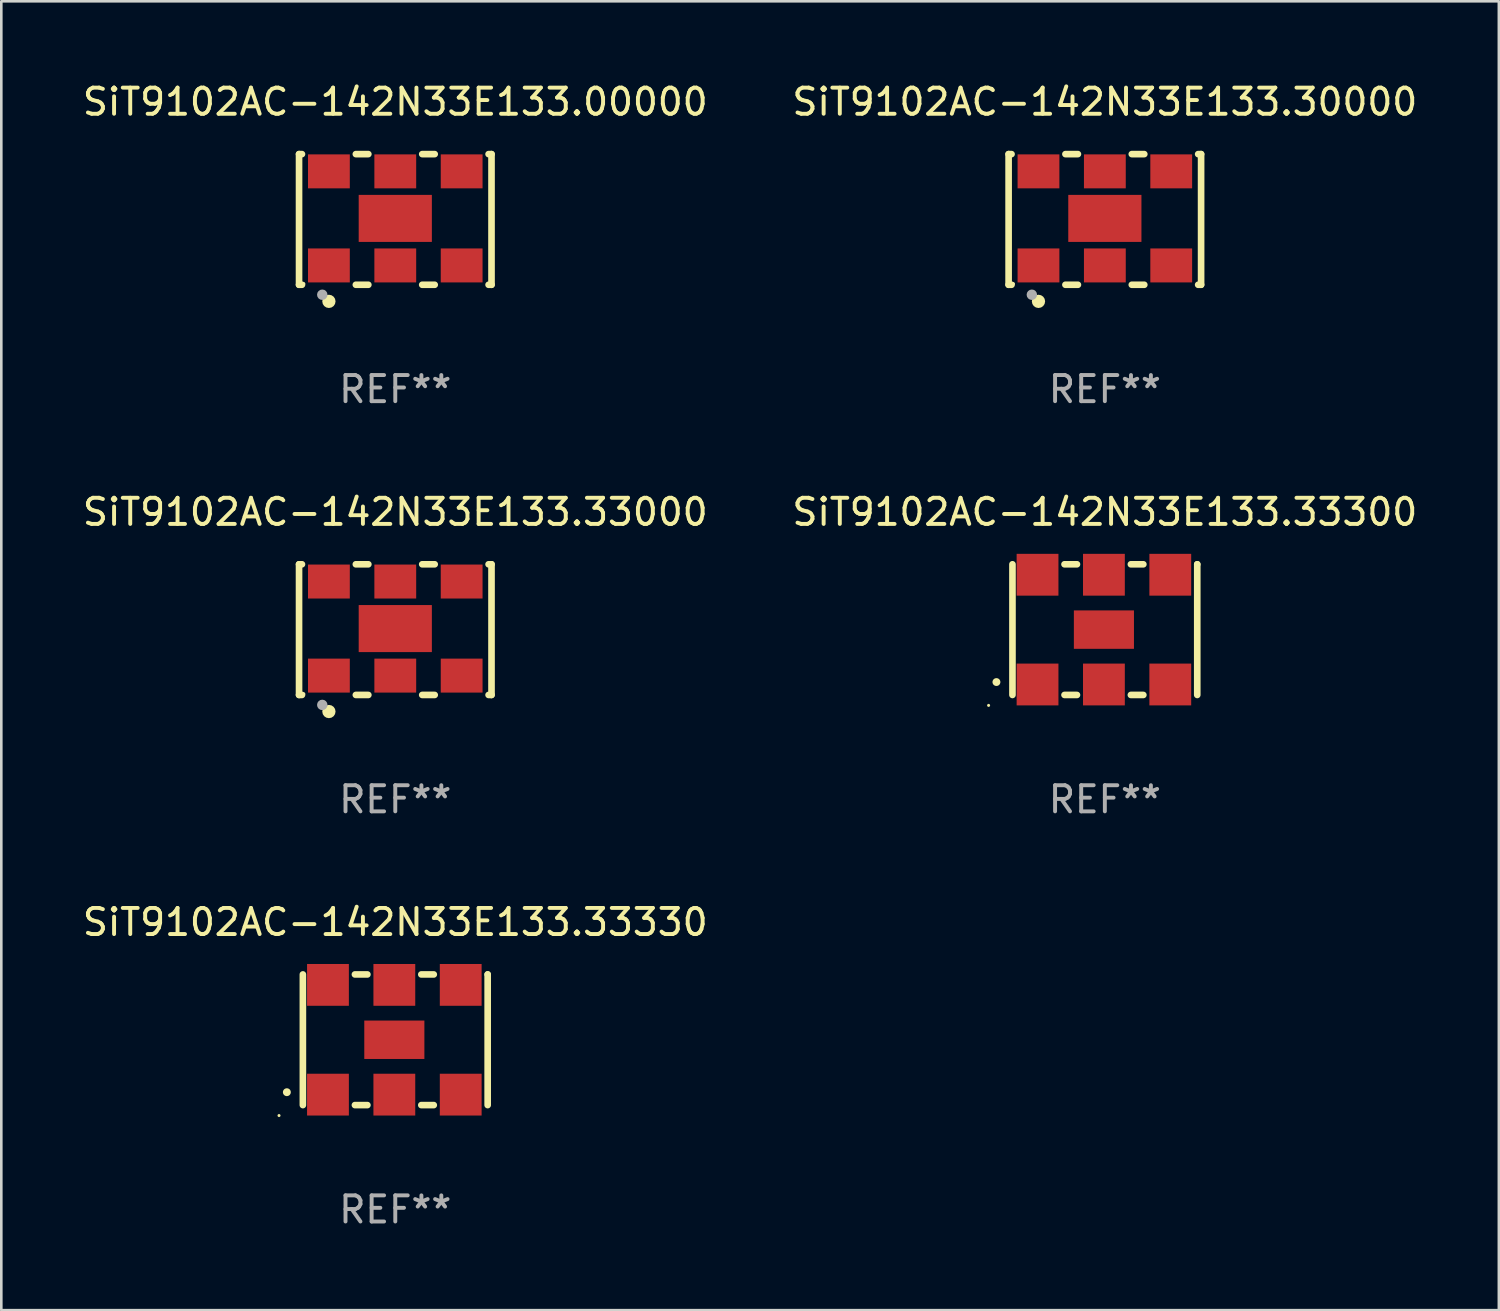
<source format=kicad_pcb>
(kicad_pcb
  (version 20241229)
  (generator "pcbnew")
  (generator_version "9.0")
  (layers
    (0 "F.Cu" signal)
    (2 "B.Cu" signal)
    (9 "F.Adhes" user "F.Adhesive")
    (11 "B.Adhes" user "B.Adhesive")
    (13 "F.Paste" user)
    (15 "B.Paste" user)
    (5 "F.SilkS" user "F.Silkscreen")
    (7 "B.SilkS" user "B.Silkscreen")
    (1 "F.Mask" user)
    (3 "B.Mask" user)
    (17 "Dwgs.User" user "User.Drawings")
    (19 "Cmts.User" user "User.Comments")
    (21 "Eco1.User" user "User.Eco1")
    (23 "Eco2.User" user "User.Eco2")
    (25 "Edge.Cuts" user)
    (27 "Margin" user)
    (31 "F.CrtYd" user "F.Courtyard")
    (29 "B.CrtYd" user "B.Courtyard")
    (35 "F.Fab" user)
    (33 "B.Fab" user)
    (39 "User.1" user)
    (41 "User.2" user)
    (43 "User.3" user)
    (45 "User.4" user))
  (footprint "SiT9102AC-142N33E133.30000"
    (layer "F.Cu")
    (at 39.232 5.348)
    (property "Reference" "SiT9102AC-142N33E133.30000" (at 0 -4.5 0) (layer "F.SilkS") (effects (font (size 1 1) (thickness 0.15))))
    (attr through_hole)
    (fp_line (start -3.683 -2.5) (end -3.571 -2.5) (stroke (width 0.254) (type solid)) (layer "F.SilkS"))
    (fp_line (start -3.683 2.5) (end -3.683 -2.5) (stroke (width 0.254) (type solid)) (layer "F.SilkS"))
    (fp_line (start -3.683 2.5) (end -3.571 2.5) (stroke (width 0.254) (type solid)) (layer "F.SilkS"))
    (fp_line (start -1.509 -2.5) (end -1.031 -2.5) (stroke (width 0.254) (type solid)) (layer "F.SilkS"))
    (fp_line (start -1.509 2.5) (end -1.031 2.5) (stroke (width 0.254) (type solid)) (layer "F.SilkS"))
    (fp_line (start 1.031 -2.5) (end 1.509 -2.5) (stroke (width 0.254) (type solid)) (layer "F.SilkS"))
    (fp_line (start 1.031 2.5) (end 1.509 2.5) (stroke (width 0.254) (type solid)) (layer "F.SilkS"))
    (fp_line (start 3.571 -2.5) (end 3.683 -2.5) (stroke (width 0.254) (type solid)) (layer "F.SilkS"))
    (fp_line (start 3.571 2.5) (end 3.683 2.5) (stroke (width 0.254) (type solid)) (layer "F.SilkS"))
    (fp_line (start 3.683 2.5) (end 3.683 -2.5) (stroke (width 0.254) (type solid)) (layer "F.SilkS"))
    (fp_circle (center -3.5 2.46) (end -3.47 2.46) (stroke (width 0.06) (type solid)) (fill no) (layer "F.SilkS"))
    (fp_circle (center -2.54 3.135) (end -2.413 3.135) (stroke (width 0.254) (type solid)) (fill no) (layer "F.SilkS"))
    (fp_circle (center -2.794 2.881) (end -2.694 2.881) (stroke (width 0.2) (type solid)) (fill no) (layer "F.Fab"))
    (fp_text user "REF**" (at 0 6.5 0) (layer "F.Fab") (effects (font (size 1 1) (thickness 0.15))))
    (pad "1" smd rect (at -2.54 1.76) (size 1.6 1.3) (layers "F.Cu" "F.Mask" "F.Paste"))
    (pad "2" smd rect (at 0 1.76) (size 1.6 1.3) (layers "F.Cu" "F.Mask" "F.Paste"))
    (pad "3" smd rect (at 2.54 1.76) (size 1.6 1.3) (layers "F.Cu" "F.Mask" "F.Paste"))
    (pad "4" smd rect (at 2.54 -1.84) (size 1.6 1.3) (layers "F.Cu" "F.Mask" "F.Paste"))
    (pad "5" smd rect (at 0 -1.84) (size 1.6 1.3) (layers "F.Cu" "F.Mask" "F.Paste"))
    (pad "6" smd rect (at -2.54 -1.84) (size 1.6 1.3) (layers "F.Cu" "F.Mask" "F.Paste"))
    (pad "7" smd rect (at 0 -0.04) (size 2.8 1.8) (layers "F.Cu" "F.Mask" "F.Paste")))
  (footprint "SiT9102AC-142N33E133.33300"
    (layer "F.Cu")
    (at 39.232 21.045)
    (property "Reference" "SiT9102AC-142N33E133.33300" (at 0 -4.5 0) (layer "F.SilkS") (effects (font (size 1 1) (thickness 0.15))))
    (attr through_hole)
    (fp_line (start -3.536 -2.5) (end -3.536 2.5) (stroke (width 0.254) (type solid)) (layer "F.SilkS"))
    (fp_line (start -1.544 2.5) (end -1.067 2.5) (stroke (width 0.254) (type solid)) (layer "F.SilkS"))
    (fp_line (start -1.067 -2.5) (end -1.544 -2.5) (stroke (width 0.254) (type solid)) (layer "F.SilkS"))
    (fp_line (start 0.996 2.5) (end 1.473 2.5) (stroke (width 0.254) (type solid)) (layer "F.SilkS"))
    (fp_line (start 1.473 -2.5) (end 0.996 -2.5) (stroke (width 0.254) (type solid)) (layer "F.SilkS"))
    (fp_line (start 3.536 -2.5) (end 3.536 -2.5) (stroke (width 0.254) (type solid)) (layer "F.SilkS"))
    (fp_line (start 3.536 2.5) (end 3.536 -2.5) (stroke (width 0.254) (type solid)) (layer "F.SilkS"))
    (fp_arc (start -4.150432 2.006604) (mid -4.149162 2.006599) (end -4.147892 2.006604) (stroke (width 0.3) (type solid)) (layer "F.SilkS"))
    (fp_circle (center -4.449 2.9) (end -4.419 2.9) (stroke (width 0.06) (type solid)) (fill no) (layer "F.SilkS"))
    (fp_text user "REF**" (at 0 6.5 0) (layer "F.Fab") (effects (font (size 1 1) (thickness 0.15))))
    (pad "1" smd rect (at -2.576 2.1) (size 1.6 1.6) (layers "F.Cu" "F.Mask" "F.Paste"))
    (pad "2" smd rect (at -0.036 2.1) (size 1.6 1.6) (layers "F.Cu" "F.Mask" "F.Paste"))
    (pad "3" smd rect (at 2.504 2.1) (size 1.6 1.6) (layers "F.Cu" "F.Mask" "F.Paste"))
    (pad "4" smd rect (at 2.504 -2.1) (size 1.6 1.6) (layers "F.Cu" "F.Mask" "F.Paste"))
    (pad "5" smd rect (at -0.036 -2.1) (size 1.6 1.6) (layers "F.Cu" "F.Mask" "F.Paste"))
    (pad "6" smd rect (at -2.576 -2.1) (size 1.6 1.6) (layers "F.Cu" "F.Mask" "F.Paste"))
    (pad "7" smd rect (at -0.036 0) (size 2.3 1.47) (layers "F.Cu" "F.Mask" "F.Paste")))
  (footprint "SiT9102AC-142N33E133.00000"
    (layer "F.Cu")
    (at 12.077 5.348)
    (property "Reference" "SiT9102AC-142N33E133.00000" (at 0 -4.5 0) (layer "F.SilkS") (effects (font (size 1 1) (thickness 0.15))))
    (attr through_hole)
    (fp_line (start -3.683 -2.5) (end -3.571 -2.5) (stroke (width 0.254) (type solid)) (layer "F.SilkS"))
    (fp_line (start -3.683 2.5) (end -3.683 -2.5) (stroke (width 0.254) (type solid)) (layer "F.SilkS"))
    (fp_line (start -3.683 2.5) (end -3.571 2.5) (stroke (width 0.254) (type solid)) (layer "F.SilkS"))
    (fp_line (start -1.509 -2.5) (end -1.031 -2.5) (stroke (width 0.254) (type solid)) (layer "F.SilkS"))
    (fp_line (start -1.509 2.5) (end -1.031 2.5) (stroke (width 0.254) (type solid)) (layer "F.SilkS"))
    (fp_line (start 1.031 -2.5) (end 1.509 -2.5) (stroke (width 0.254) (type solid)) (layer "F.SilkS"))
    (fp_line (start 1.031 2.5) (end 1.509 2.5) (stroke (width 0.254) (type solid)) (layer "F.SilkS"))
    (fp_line (start 3.571 -2.5) (end 3.683 -2.5) (stroke (width 0.254) (type solid)) (layer "F.SilkS"))
    (fp_line (start 3.571 2.5) (end 3.683 2.5) (stroke (width 0.254) (type solid)) (layer "F.SilkS"))
    (fp_line (start 3.683 2.5) (end 3.683 -2.5) (stroke (width 0.254) (type solid)) (layer "F.SilkS"))
    (fp_circle (center -3.5 2.46) (end -3.47 2.46) (stroke (width 0.06) (type solid)) (fill no) (layer "F.SilkS"))
    (fp_circle (center -2.54 3.135) (end -2.413 3.135) (stroke (width 0.254) (type solid)) (fill no) (layer "F.SilkS"))
    (fp_circle (center -2.794 2.881) (end -2.694 2.881) (stroke (width 0.2) (type solid)) (fill no) (layer "F.Fab"))
    (fp_text user "REF**" (at 0 6.5 0) (layer "F.Fab") (effects (font (size 1 1) (thickness 0.15))))
    (pad "1" smd rect (at -2.54 1.76) (size 1.6 1.3) (layers "F.Cu" "F.Mask" "F.Paste"))
    (pad "2" smd rect (at 0 1.76) (size 1.6 1.3) (layers "F.Cu" "F.Mask" "F.Paste"))
    (pad "3" smd rect (at 2.54 1.76) (size 1.6 1.3) (layers "F.Cu" "F.Mask" "F.Paste"))
    (pad "4" smd rect (at 2.54 -1.84) (size 1.6 1.3) (layers "F.Cu" "F.Mask" "F.Paste"))
    (pad "5" smd rect (at 0 -1.84) (size 1.6 1.3) (layers "F.Cu" "F.Mask" "F.Paste"))
    (pad "6" smd rect (at -2.54 -1.84) (size 1.6 1.3) (layers "F.Cu" "F.Mask" "F.Paste"))
    (pad "7" smd rect (at 0 -0.04) (size 2.8 1.8) (layers "F.Cu" "F.Mask" "F.Paste")))
  (footprint "SiT9102AC-142N33E133.33330"
    (layer "F.Cu")
    (at 12.077 36.741)
    (property "Reference" "SiT9102AC-142N33E133.33330" (at 0 -4.5 0) (layer "F.SilkS") (effects (font (size 1 1) (thickness 0.15))))
    (attr through_hole)
    (fp_line (start -3.536 -2.5) (end -3.536 2.5) (stroke (width 0.254) (type solid)) (layer "F.SilkS"))
    (fp_line (start -1.544 2.5) (end -1.067 2.5) (stroke (width 0.254) (type solid)) (layer "F.SilkS"))
    (fp_line (start -1.067 -2.5) (end -1.544 -2.5) (stroke (width 0.254) (type solid)) (layer "F.SilkS"))
    (fp_line (start 0.996 2.5) (end 1.473 2.5) (stroke (width 0.254) (type solid)) (layer "F.SilkS"))
    (fp_line (start 1.473 -2.5) (end 0.996 -2.5) (stroke (width 0.254) (type solid)) (layer "F.SilkS"))
    (fp_line (start 3.536 -2.5) (end 3.536 -2.5) (stroke (width 0.254) (type solid)) (layer "F.SilkS"))
    (fp_line (start 3.536 2.5) (end 3.536 -2.5) (stroke (width 0.254) (type solid)) (layer "F.SilkS"))
    (fp_arc (start -4.150432 2.006604) (mid -4.149162 2.006599) (end -4.147892 2.006604) (stroke (width 0.3) (type solid)) (layer "F.SilkS"))
    (fp_circle (center -4.449 2.9) (end -4.419 2.9) (stroke (width 0.06) (type solid)) (fill no) (layer "F.SilkS"))
    (fp_text user "REF**" (at 0 6.5 0) (layer "F.Fab") (effects (font (size 1 1) (thickness 0.15))))
    (pad "1" smd rect (at -2.576 2.1) (size 1.6 1.6) (layers "F.Cu" "F.Mask" "F.Paste"))
    (pad "2" smd rect (at -0.036 2.1) (size 1.6 1.6) (layers "F.Cu" "F.Mask" "F.Paste"))
    (pad "3" smd rect (at 2.504 2.1) (size 1.6 1.6) (layers "F.Cu" "F.Mask" "F.Paste"))
    (pad "4" smd rect (at 2.504 -2.1) (size 1.6 1.6) (layers "F.Cu" "F.Mask" "F.Paste"))
    (pad "5" smd rect (at -0.036 -2.1) (size 1.6 1.6) (layers "F.Cu" "F.Mask" "F.Paste"))
    (pad "6" smd rect (at -2.576 -2.1) (size 1.6 1.6) (layers "F.Cu" "F.Mask" "F.Paste"))
    (pad "7" smd rect (at -0.036 0) (size 2.3 1.47) (layers "F.Cu" "F.Mask" "F.Paste")))
  (footprint "SiT9102AC-142N33E133.33000"
    (layer "F.Cu")
    (at 12.077 21.045)
    (property "Reference" "SiT9102AC-142N33E133.33000" (at 0 -4.5 0) (layer "F.SilkS") (effects (font (size 1 1) (thickness 0.15))))
    (attr through_hole)
    (fp_line (start -3.683 -2.5) (end -3.571 -2.5) (stroke (width 0.254) (type solid)) (layer "F.SilkS"))
    (fp_line (start -3.683 2.5) (end -3.683 -2.5) (stroke (width 0.254) (type solid)) (layer "F.SilkS"))
    (fp_line (start -3.683 2.5) (end -3.571 2.5) (stroke (width 0.254) (type solid)) (layer "F.SilkS"))
    (fp_line (start -1.509 -2.5) (end -1.031 -2.5) (stroke (width 0.254) (type solid)) (layer "F.SilkS"))
    (fp_line (start -1.509 2.5) (end -1.031 2.5) (stroke (width 0.254) (type solid)) (layer "F.SilkS"))
    (fp_line (start 1.031 -2.5) (end 1.509 -2.5) (stroke (width 0.254) (type solid)) (layer "F.SilkS"))
    (fp_line (start 1.031 2.5) (end 1.509 2.5) (stroke (width 0.254) (type solid)) (layer "F.SilkS"))
    (fp_line (start 3.571 -2.5) (end 3.683 -2.5) (stroke (width 0.254) (type solid)) (layer "F.SilkS"))
    (fp_line (start 3.571 2.5) (end 3.683 2.5) (stroke (width 0.254) (type solid)) (layer "F.SilkS"))
    (fp_line (start 3.683 2.5) (end 3.683 -2.5) (stroke (width 0.254) (type solid)) (layer "F.SilkS"))
    (fp_circle (center -3.5 2.46) (end -3.47 2.46) (stroke (width 0.06) (type solid)) (fill no) (layer "F.SilkS"))
    (fp_circle (center -2.54 3.135) (end -2.413 3.135) (stroke (width 0.254) (type solid)) (fill no) (layer "F.SilkS"))
    (fp_circle (center -2.794 2.881) (end -2.694 2.881) (stroke (width 0.2) (type solid)) (fill no) (layer "F.Fab"))
    (fp_text user "REF**" (at 0 6.5 0) (layer "F.Fab") (effects (font (size 1 1) (thickness 0.15))))
    (pad "1" smd rect (at -2.54 1.76) (size 1.6 1.3) (layers "F.Cu" "F.Mask" "F.Paste"))
    (pad "2" smd rect (at 0 1.76) (size 1.6 1.3) (layers "F.Cu" "F.Mask" "F.Paste"))
    (pad "3" smd rect (at 2.54 1.76) (size 1.6 1.3) (layers "F.Cu" "F.Mask" "F.Paste"))
    (pad "4" smd rect (at 2.54 -1.84) (size 1.6 1.3) (layers "F.Cu" "F.Mask" "F.Paste"))
    (pad "5" smd rect (at 0 -1.84) (size 1.6 1.3) (layers "F.Cu" "F.Mask" "F.Paste"))
    (pad "6" smd rect (at -2.54 -1.84) (size 1.6 1.3) (layers "F.Cu" "F.Mask" "F.Paste"))
    (pad "7" smd rect (at 0 -0.04) (size 2.8 1.8) (layers "F.Cu" "F.Mask" "F.Paste")))
  (gr_rect
    (start -3 -3)
    (end 54.31 47.09)
    (stroke (width 0.1) (type default))
    (fill no)
    (layer "Edge.Cuts")))
</source>
